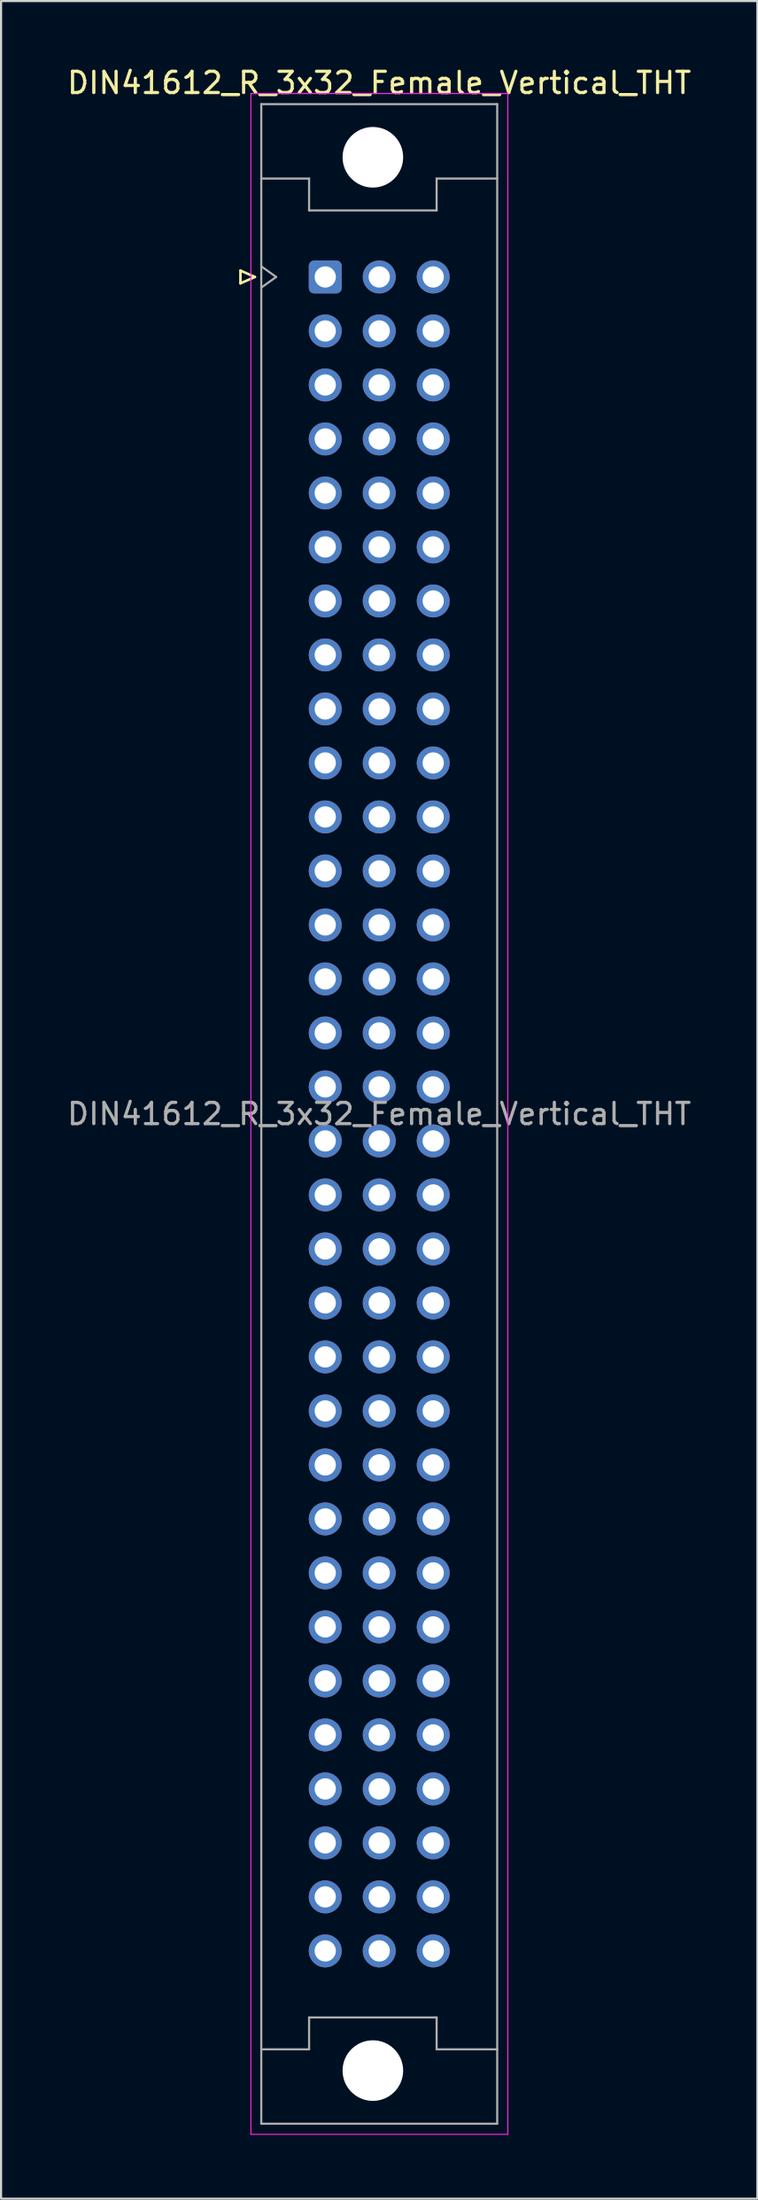
<source format=kicad_pcb>
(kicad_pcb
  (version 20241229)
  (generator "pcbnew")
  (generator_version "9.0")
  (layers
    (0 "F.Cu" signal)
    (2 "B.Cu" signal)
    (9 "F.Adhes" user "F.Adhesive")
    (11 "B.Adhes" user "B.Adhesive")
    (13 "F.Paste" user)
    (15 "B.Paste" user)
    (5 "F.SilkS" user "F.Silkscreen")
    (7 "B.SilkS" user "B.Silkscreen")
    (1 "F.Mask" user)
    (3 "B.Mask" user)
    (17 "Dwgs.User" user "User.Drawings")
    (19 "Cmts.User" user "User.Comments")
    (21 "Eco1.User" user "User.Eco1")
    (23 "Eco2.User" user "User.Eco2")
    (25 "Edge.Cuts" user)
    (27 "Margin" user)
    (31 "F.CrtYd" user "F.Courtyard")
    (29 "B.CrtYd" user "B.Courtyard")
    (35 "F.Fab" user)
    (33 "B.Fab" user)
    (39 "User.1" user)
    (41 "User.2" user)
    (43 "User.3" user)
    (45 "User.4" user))
  (footprint "DIN41612_R_3x32_Female_Vertical_THT"
    (layer "F.Cu")
    (at 12.252 9.978)
    (property "Reference" "DIN41612_R_3x32_Female_Vertical_THT" (at 2.54 -9.13 0) (layer "F.SilkS") (effects (font (size 1 1) (thickness 0.15))))
    (attr through_hole)
    (fp_line (start -3.99 -0.3) (end -3.99 0.3) (stroke (width 0.12) (type solid)) (layer "F.SilkS"))
    (fp_line (start -3.99 0.3) (end -3.31 0) (stroke (width 0.12) (type solid)) (layer "F.SilkS"))
    (fp_line (start -3.31 0) (end -3.99 -0.3) (stroke (width 0.12) (type solid)) (layer "F.SilkS"))
    (fp_line (start -3.5 -8.63) (end 8.59 -8.63) (stroke (width 0.05) (type solid)) (layer "F.CrtYd"))
    (fp_line (start -3.5 87.37) (end -3.5 -8.63) (stroke (width 0.05) (type solid)) (layer "F.CrtYd"))
    (fp_line (start 8.59 -8.63) (end 8.59 87.37) (stroke (width 0.05) (type solid)) (layer "F.CrtYd"))
    (fp_line (start 8.59 87.37) (end -3.5 87.37) (stroke (width 0.05) (type solid)) (layer "F.CrtYd"))
    (fp_line (start -3.01 -8.13) (end 8.09 -8.13) (stroke (width 0.1) (type solid)) (layer "F.Fab"))
    (fp_line (start -3.01 -4.63) (end -0.76 -4.63) (stroke (width 0.1) (type solid)) (layer "F.Fab"))
    (fp_line (start -3.01 -0.5) (end -2.31 0) (stroke (width 0.1) (type solid)) (layer "F.Fab"))
    (fp_line (start -3.01 83.37) (end -0.76 83.37) (stroke (width 0.1) (type solid)) (layer "F.Fab"))
    (fp_line (start -3.01 86.87) (end -3.01 -8.13) (stroke (width 0.1) (type solid)) (layer "F.Fab"))
    (fp_line (start -2.31 0) (end -3.01 0.5) (stroke (width 0.1) (type solid)) (layer "F.Fab"))
    (fp_line (start -0.76 -4.63) (end -0.76 -3.13) (stroke (width 0.1) (type solid)) (layer "F.Fab"))
    (fp_line (start -0.76 -3.13) (end 5.24 -3.13) (stroke (width 0.1) (type solid)) (layer "F.Fab"))
    (fp_line (start -0.76 83.37) (end -0.76 81.87) (stroke (width 0.1) (type solid)) (layer "F.Fab"))
    (fp_line (start 5.24 -4.63) (end 8.09 -4.63) (stroke (width 0.1) (type solid)) (layer "F.Fab"))
    (fp_line (start 5.24 -3.13) (end 5.24 -4.63) (stroke (width 0.1) (type solid)) (layer "F.Fab"))
    (fp_line (start 5.24 81.87) (end -0.76 81.87) (stroke (width 0.1) (type solid)) (layer "F.Fab"))
    (fp_line (start 5.24 81.87) (end 5.24 83.37) (stroke (width 0.1) (type solid)) (layer "F.Fab"))
    (fp_line (start 5.24 83.37) (end 8.09 83.37) (stroke (width 0.1) (type solid)) (layer "F.Fab"))
    (fp_line (start 8.09 -8.13) (end 8.09 86.87) (stroke (width 0.1) (type solid)) (layer "F.Fab"))
    (fp_line (start 8.09 86.87) (end -3.01 86.87) (stroke (width 0.1) (type solid)) (layer "F.Fab"))
    (fp_text user "${REFERENCE}" (at 2.54 39.37 0) (layer "F.Fab") (effects (font (size 1 1) (thickness 0.15))))
    (pad "" np_thru_hole circle (at 2.24 -5.63) (size 2.85 2.85) (drill 2.85) (layers "*.Cu" "*.Mask"))
    (pad "" np_thru_hole circle (at 2.24 84.37) (size 2.85 2.85) (drill 2.85) (layers "*.Cu" "*.Mask"))
    (pad "A1" thru_hole roundrect (at 0 0) (size 1.55 1.55) (drill 1) (layers "*.Cu" "*.Mask") (roundrect_rratio 0.161))
    (pad "A2" thru_hole circle (at 0 2.54) (size 1.55 1.55) (drill 1) (layers "*.Cu" "*.Mask"))
    (pad "A3" thru_hole circle (at 0 5.08) (size 1.55 1.55) (drill 1) (layers "*.Cu" "*.Mask"))
    (pad "A4" thru_hole circle (at 0 7.62) (size 1.55 1.55) (drill 1) (layers "*.Cu" "*.Mask"))
    (pad "A5" thru_hole circle (at 0 10.16) (size 1.55 1.55) (drill 1) (layers "*.Cu" "*.Mask"))
    (pad "A6" thru_hole circle (at 0 12.7) (size 1.55 1.55) (drill 1) (layers "*.Cu" "*.Mask"))
    (pad "A7" thru_hole circle (at 0 15.24) (size 1.55 1.55) (drill 1) (layers "*.Cu" "*.Mask"))
    (pad "A8" thru_hole circle (at 0 17.78) (size 1.55 1.55) (drill 1) (layers "*.Cu" "*.Mask"))
    (pad "A9" thru_hole circle (at 0 20.32) (size 1.55 1.55) (drill 1) (layers "*.Cu" "*.Mask"))
    (pad "A10" thru_hole circle (at 0 22.86) (size 1.55 1.55) (drill 1) (layers "*.Cu" "*.Mask"))
    (pad "A11" thru_hole circle (at 0 25.4) (size 1.55 1.55) (drill 1) (layers "*.Cu" "*.Mask"))
    (pad "A12" thru_hole circle (at 0 27.94) (size 1.55 1.55) (drill 1) (layers "*.Cu" "*.Mask"))
    (pad "A13" thru_hole circle (at 0 30.48) (size 1.55 1.55) (drill 1) (layers "*.Cu" "*.Mask"))
    (pad "A14" thru_hole circle (at 0 33.02) (size 1.55 1.55) (drill 1) (layers "*.Cu" "*.Mask"))
    (pad "A15" thru_hole circle (at 0 35.56) (size 1.55 1.55) (drill 1) (layers "*.Cu" "*.Mask"))
    (pad "A16" thru_hole circle (at 0 38.1) (size 1.55 1.55) (drill 1) (layers "*.Cu" "*.Mask"))
    (pad "A17" thru_hole circle (at 0 40.64) (size 1.55 1.55) (drill 1) (layers "*.Cu" "*.Mask"))
    (pad "A18" thru_hole circle (at 0 43.18) (size 1.55 1.55) (drill 1) (layers "*.Cu" "*.Mask"))
    (pad "A19" thru_hole circle (at 0 45.72) (size 1.55 1.55) (drill 1) (layers "*.Cu" "*.Mask"))
    (pad "A20" thru_hole circle (at 0 48.26) (size 1.55 1.55) (drill 1) (layers "*.Cu" "*.Mask"))
    (pad "A21" thru_hole circle (at 0 50.8) (size 1.55 1.55) (drill 1) (layers "*.Cu" "*.Mask"))
    (pad "A22" thru_hole circle (at 0 53.34) (size 1.55 1.55) (drill 1) (layers "*.Cu" "*.Mask"))
    (pad "A23" thru_hole circle (at 0 55.88) (size 1.55 1.55) (drill 1) (layers "*.Cu" "*.Mask"))
    (pad "A24" thru_hole circle (at 0 58.42) (size 1.55 1.55) (drill 1) (layers "*.Cu" "*.Mask"))
    (pad "A25" thru_hole circle (at 0 60.96) (size 1.55 1.55) (drill 1) (layers "*.Cu" "*.Mask"))
    (pad "A26" thru_hole circle (at 0 63.5) (size 1.55 1.55) (drill 1) (layers "*.Cu" "*.Mask"))
    (pad "A27" thru_hole circle (at 0 66.04) (size 1.55 1.55) (drill 1) (layers "*.Cu" "*.Mask"))
    (pad "A28" thru_hole circle (at 0 68.58) (size 1.55 1.55) (drill 1) (layers "*.Cu" "*.Mask"))
    (pad "A29" thru_hole circle (at 0 71.12) (size 1.55 1.55) (drill 1) (layers "*.Cu" "*.Mask"))
    (pad "A30" thru_hole circle (at 0 73.66) (size 1.55 1.55) (drill 1) (layers "*.Cu" "*.Mask"))
    (pad "A31" thru_hole circle (at 0 76.2) (size 1.55 1.55) (drill 1) (layers "*.Cu" "*.Mask"))
    (pad "A32" thru_hole circle (at 0 78.74) (size 1.55 1.55) (drill 1) (layers "*.Cu" "*.Mask"))
    (pad "B1" thru_hole circle (at 2.54 0) (size 1.55 1.55) (drill 1) (layers "*.Cu" "*.Mask"))
    (pad "B2" thru_hole circle (at 2.54 2.54) (size 1.55 1.55) (drill 1) (layers "*.Cu" "*.Mask"))
    (pad "B3" thru_hole circle (at 2.54 5.08) (size 1.55 1.55) (drill 1) (layers "*.Cu" "*.Mask"))
    (pad "B4" thru_hole circle (at 2.54 7.62) (size 1.55 1.55) (drill 1) (layers "*.Cu" "*.Mask"))
    (pad "B5" thru_hole circle (at 2.54 10.16) (size 1.55 1.55) (drill 1) (layers "*.Cu" "*.Mask"))
    (pad "B6" thru_hole circle (at 2.54 12.7) (size 1.55 1.55) (drill 1) (layers "*.Cu" "*.Mask"))
    (pad "B7" thru_hole circle (at 2.54 15.24) (size 1.55 1.55) (drill 1) (layers "*.Cu" "*.Mask"))
    (pad "B8" thru_hole circle (at 2.54 17.78) (size 1.55 1.55) (drill 1) (layers "*.Cu" "*.Mask"))
    (pad "B9" thru_hole circle (at 2.54 20.32) (size 1.55 1.55) (drill 1) (layers "*.Cu" "*.Mask"))
    (pad "B10" thru_hole circle (at 2.54 22.86) (size 1.55 1.55) (drill 1) (layers "*.Cu" "*.Mask"))
    (pad "B11" thru_hole circle (at 2.54 25.4) (size 1.55 1.55) (drill 1) (layers "*.Cu" "*.Mask"))
    (pad "B12" thru_hole circle (at 2.54 27.94) (size 1.55 1.55) (drill 1) (layers "*.Cu" "*.Mask"))
    (pad "B13" thru_hole circle (at 2.54 30.48) (size 1.55 1.55) (drill 1) (layers "*.Cu" "*.Mask"))
    (pad "B14" thru_hole circle (at 2.54 33.02) (size 1.55 1.55) (drill 1) (layers "*.Cu" "*.Mask"))
    (pad "B15" thru_hole circle (at 2.54 35.56) (size 1.55 1.55) (drill 1) (layers "*.Cu" "*.Mask"))
    (pad "B16" thru_hole circle (at 2.54 38.1) (size 1.55 1.55) (drill 1) (layers "*.Cu" "*.Mask"))
    (pad "B17" thru_hole circle (at 2.54 40.64) (size 1.55 1.55) (drill 1) (layers "*.Cu" "*.Mask"))
    (pad "B18" thru_hole circle (at 2.54 43.18) (size 1.55 1.55) (drill 1) (layers "*.Cu" "*.Mask"))
    (pad "B19" thru_hole circle (at 2.54 45.72) (size 1.55 1.55) (drill 1) (layers "*.Cu" "*.Mask"))
    (pad "B20" thru_hole circle (at 2.54 48.26) (size 1.55 1.55) (drill 1) (layers "*.Cu" "*.Mask"))
    (pad "B21" thru_hole circle (at 2.54 50.8) (size 1.55 1.55) (drill 1) (layers "*.Cu" "*.Mask"))
    (pad "B22" thru_hole circle (at 2.54 53.34) (size 1.55 1.55) (drill 1) (layers "*.Cu" "*.Mask"))
    (pad "B23" thru_hole circle (at 2.54 55.88) (size 1.55 1.55) (drill 1) (layers "*.Cu" "*.Mask"))
    (pad "B24" thru_hole circle (at 2.54 58.42) (size 1.55 1.55) (drill 1) (layers "*.Cu" "*.Mask"))
    (pad "B25" thru_hole circle (at 2.54 60.96) (size 1.55 1.55) (drill 1) (layers "*.Cu" "*.Mask"))
    (pad "B26" thru_hole circle (at 2.54 63.5) (size 1.55 1.55) (drill 1) (layers "*.Cu" "*.Mask"))
    (pad "B27" thru_hole circle (at 2.54 66.04) (size 1.55 1.55) (drill 1) (layers "*.Cu" "*.Mask"))
    (pad "B28" thru_hole circle (at 2.54 68.58) (size 1.55 1.55) (drill 1) (layers "*.Cu" "*.Mask"))
    (pad "B29" thru_hole circle (at 2.54 71.12) (size 1.55 1.55) (drill 1) (layers "*.Cu" "*.Mask"))
    (pad "B30" thru_hole circle (at 2.54 73.66) (size 1.55 1.55) (drill 1) (layers "*.Cu" "*.Mask"))
    (pad "B31" thru_hole circle (at 2.54 76.2) (size 1.55 1.55) (drill 1) (layers "*.Cu" "*.Mask"))
    (pad "B32" thru_hole circle (at 2.54 78.74) (size 1.55 1.55) (drill 1) (layers "*.Cu" "*.Mask"))
    (pad "C1" thru_hole circle (at 5.08 0) (size 1.55 1.55) (drill 1) (layers "*.Cu" "*.Mask"))
    (pad "C2" thru_hole circle (at 5.08 2.54) (size 1.55 1.55) (drill 1) (layers "*.Cu" "*.Mask"))
    (pad "C3" thru_hole circle (at 5.08 5.08) (size 1.55 1.55) (drill 1) (layers "*.Cu" "*.Mask"))
    (pad "C4" thru_hole circle (at 5.08 7.62) (size 1.55 1.55) (drill 1) (layers "*.Cu" "*.Mask"))
    (pad "C5" thru_hole circle (at 5.08 10.16) (size 1.55 1.55) (drill 1) (layers "*.Cu" "*.Mask"))
    (pad "C6" thru_hole circle (at 5.08 12.7) (size 1.55 1.55) (drill 1) (layers "*.Cu" "*.Mask"))
    (pad "C7" thru_hole circle (at 5.08 15.24) (size 1.55 1.55) (drill 1) (layers "*.Cu" "*.Mask"))
    (pad "C8" thru_hole circle (at 5.08 17.78) (size 1.55 1.55) (drill 1) (layers "*.Cu" "*.Mask"))
    (pad "C9" thru_hole circle (at 5.08 20.32) (size 1.55 1.55) (drill 1) (layers "*.Cu" "*.Mask"))
    (pad "C10" thru_hole circle (at 5.08 22.86) (size 1.55 1.55) (drill 1) (layers "*.Cu" "*.Mask"))
    (pad "C11" thru_hole circle (at 5.08 25.4) (size 1.55 1.55) (drill 1) (layers "*.Cu" "*.Mask"))
    (pad "C12" thru_hole circle (at 5.08 27.94) (size 1.55 1.55) (drill 1) (layers "*.Cu" "*.Mask"))
    (pad "C13" thru_hole circle (at 5.08 30.48) (size 1.55 1.55) (drill 1) (layers "*.Cu" "*.Mask"))
    (pad "C14" thru_hole circle (at 5.08 33.02) (size 1.55 1.55) (drill 1) (layers "*.Cu" "*.Mask"))
    (pad "C15" thru_hole circle (at 5.08 35.56) (size 1.55 1.55) (drill 1) (layers "*.Cu" "*.Mask"))
    (pad "C16" thru_hole circle (at 5.08 38.1) (size 1.55 1.55) (drill 1) (layers "*.Cu" "*.Mask"))
    (pad "C17" thru_hole circle (at 5.08 40.64) (size 1.55 1.55) (drill 1) (layers "*.Cu" "*.Mask"))
    (pad "C18" thru_hole circle (at 5.08 43.18) (size 1.55 1.55) (drill 1) (layers "*.Cu" "*.Mask"))
    (pad "C19" thru_hole circle (at 5.08 45.72) (size 1.55 1.55) (drill 1) (layers "*.Cu" "*.Mask"))
    (pad "C20" thru_hole circle (at 5.08 48.26) (size 1.55 1.55) (drill 1) (layers "*.Cu" "*.Mask"))
    (pad "C21" thru_hole circle (at 5.08 50.8) (size 1.55 1.55) (drill 1) (layers "*.Cu" "*.Mask"))
    (pad "C22" thru_hole circle (at 5.08 53.34) (size 1.55 1.55) (drill 1) (layers "*.Cu" "*.Mask"))
    (pad "C23" thru_hole circle (at 5.08 55.88) (size 1.55 1.55) (drill 1) (layers "*.Cu" "*.Mask"))
    (pad "C24" thru_hole circle (at 5.08 58.42) (size 1.55 1.55) (drill 1) (layers "*.Cu" "*.Mask"))
    (pad "C25" thru_hole circle (at 5.08 60.96) (size 1.55 1.55) (drill 1) (layers "*.Cu" "*.Mask"))
    (pad "C26" thru_hole circle (at 5.08 63.5) (size 1.55 1.55) (drill 1) (layers "*.Cu" "*.Mask"))
    (pad "C27" thru_hole circle (at 5.08 66.04) (size 1.55 1.55) (drill 1) (layers "*.Cu" "*.Mask"))
    (pad "C28" thru_hole circle (at 5.08 68.58) (size 1.55 1.55) (drill 1) (layers "*.Cu" "*.Mask"))
    (pad "C29" thru_hole circle (at 5.08 71.12) (size 1.55 1.55) (drill 1) (layers "*.Cu" "*.Mask"))
    (pad "C30" thru_hole circle (at 5.08 73.66) (size 1.55 1.55) (drill 1) (layers "*.Cu" "*.Mask"))
    (pad "C31" thru_hole circle (at 5.08 76.2) (size 1.55 1.55) (drill 1) (layers "*.Cu" "*.Mask"))
    (pad "C32" thru_hole circle (at 5.08 78.74) (size 1.55 1.55) (drill 1) (layers "*.Cu" "*.Mask")))
  (gr_rect
    (start -3 -3)
    (end 32.583 100.373)
    (stroke (width 0.1) (type default))
    (fill no)
    (layer "Edge.Cuts")))
</source>
